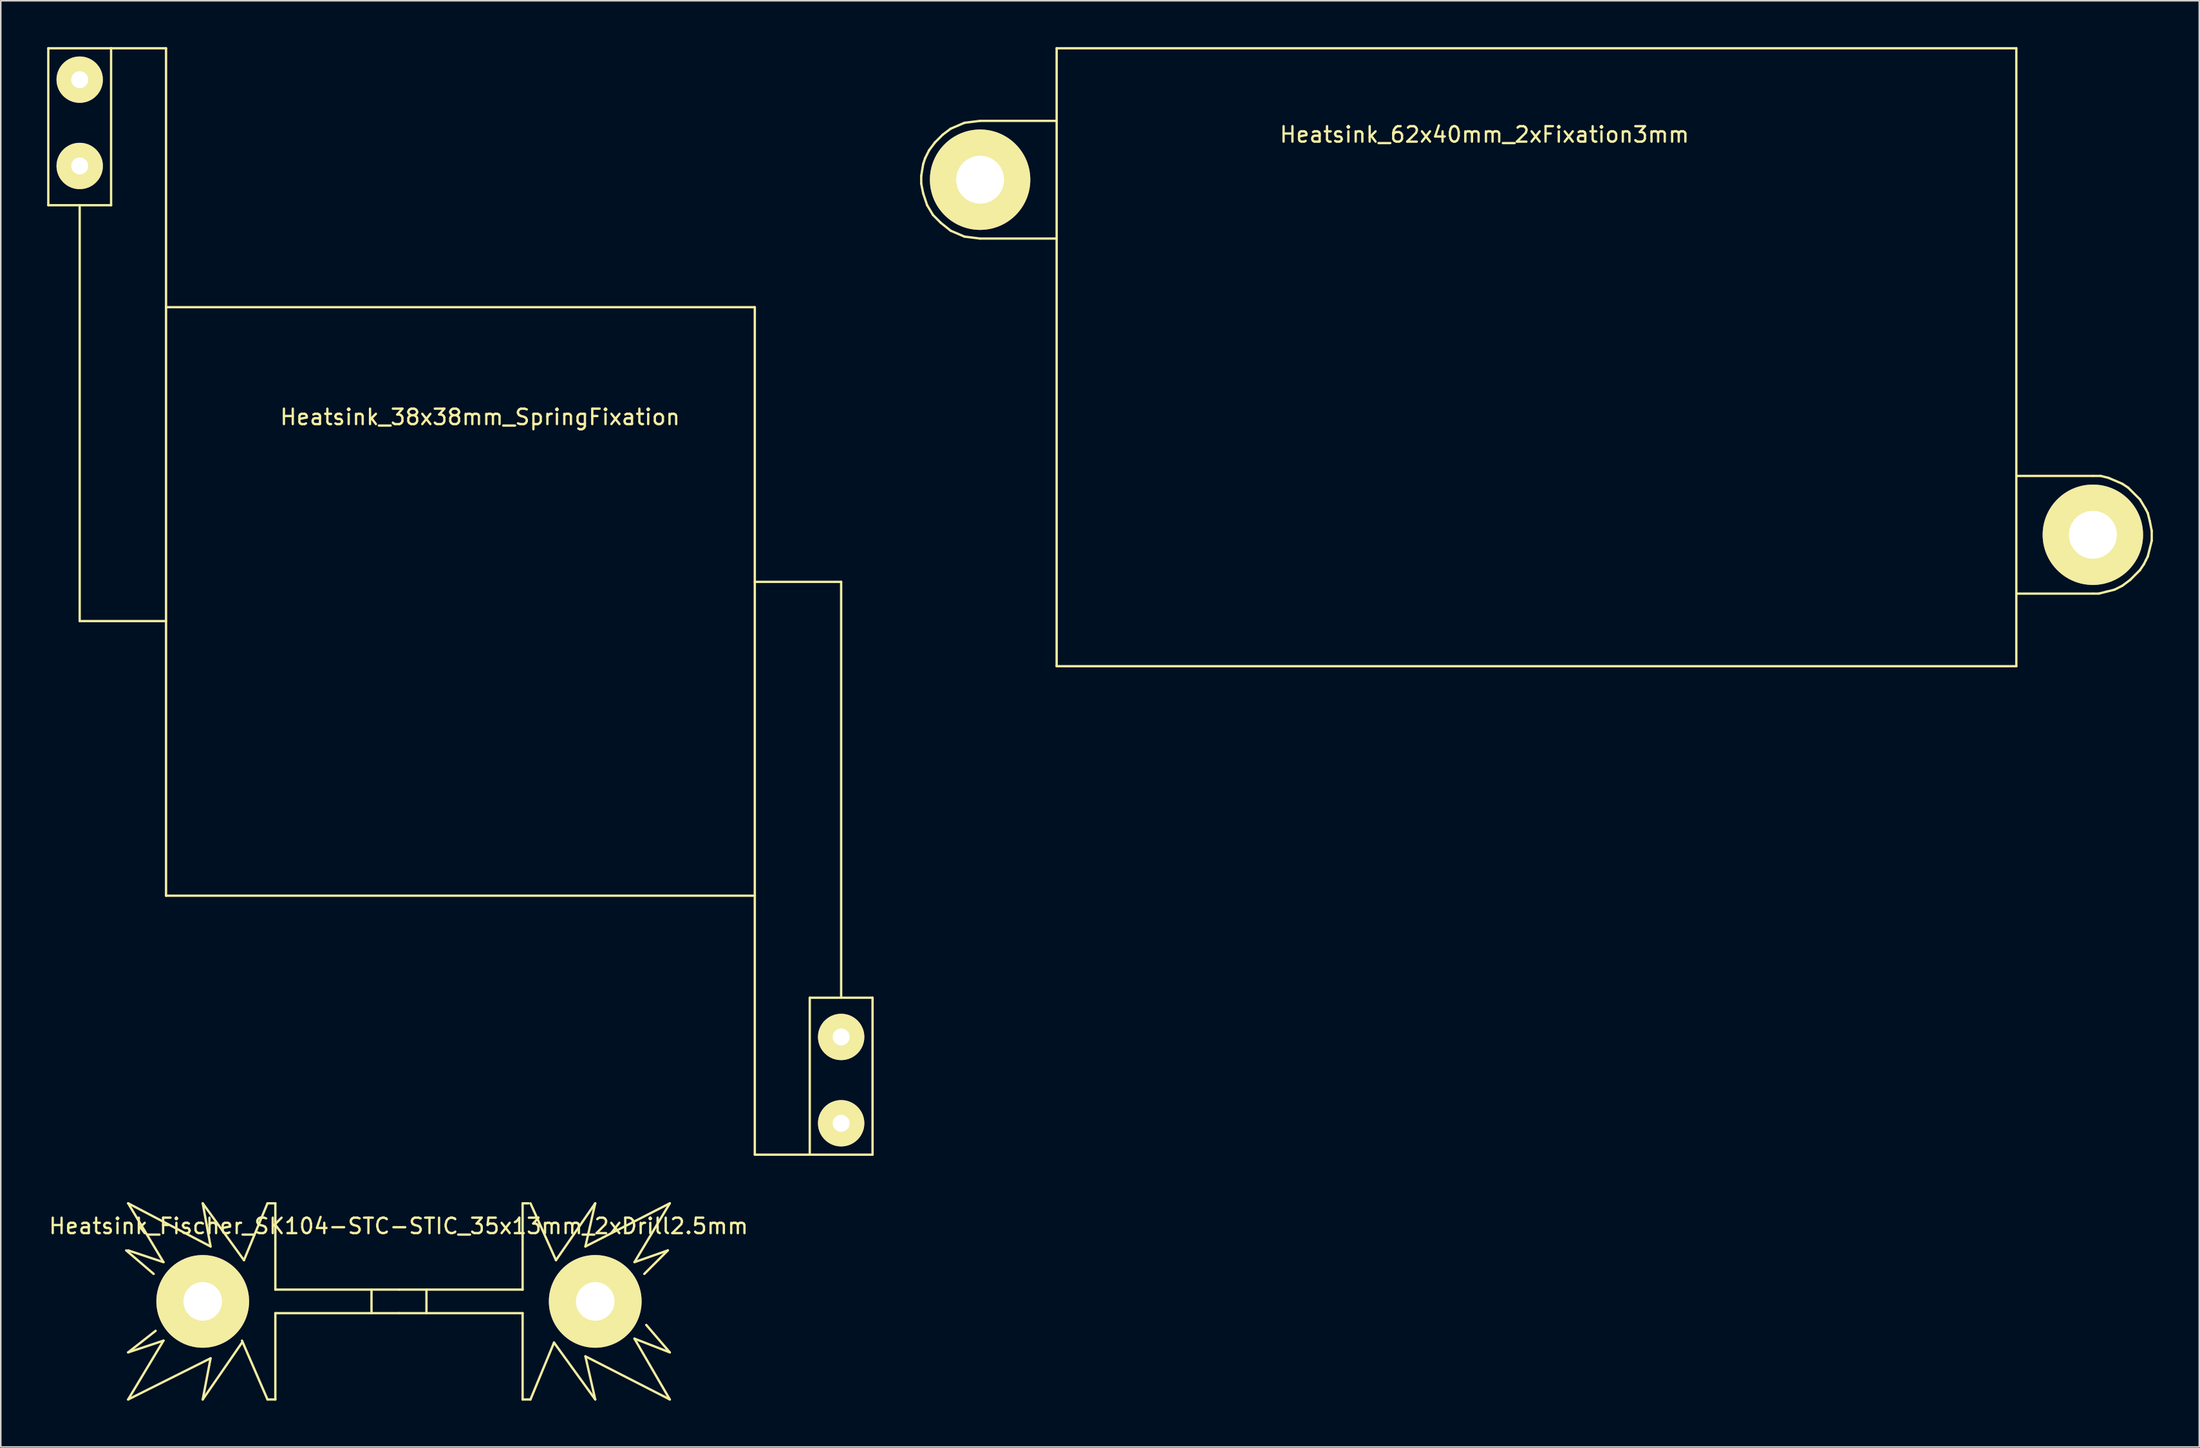
<source format=kicad_pcb>
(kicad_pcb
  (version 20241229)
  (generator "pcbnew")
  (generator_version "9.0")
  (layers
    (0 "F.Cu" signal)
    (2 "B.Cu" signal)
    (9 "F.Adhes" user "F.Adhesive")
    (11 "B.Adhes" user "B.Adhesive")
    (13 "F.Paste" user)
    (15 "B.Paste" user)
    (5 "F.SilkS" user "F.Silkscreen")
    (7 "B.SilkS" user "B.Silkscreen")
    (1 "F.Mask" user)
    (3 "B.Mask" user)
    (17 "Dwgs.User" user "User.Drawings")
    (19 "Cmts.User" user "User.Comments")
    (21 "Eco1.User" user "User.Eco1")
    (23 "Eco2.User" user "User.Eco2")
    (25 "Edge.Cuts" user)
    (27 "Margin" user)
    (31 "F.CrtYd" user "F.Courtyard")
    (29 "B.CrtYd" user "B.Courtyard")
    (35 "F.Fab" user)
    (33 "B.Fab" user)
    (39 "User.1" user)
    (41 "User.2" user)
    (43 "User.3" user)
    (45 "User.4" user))
  (footprint "Heatsink_38x38mm_SpringFixation"
    (layer "F.Cu")
    (at 7.695 54.939)
    (property "Reference" "Heatsink_38x38mm_SpringFixation" (at 20.32 -30.988 0) (layer "F.SilkS") (effects (font (size 1 1) (thickness 0.15))))
    (attr through_hole)
    (fp_line (start -7.62 -54.864) (end -7.62 -44.704) (stroke (width 0.15) (type solid)) (layer "F.SilkS"))
    (fp_line (start -7.62 -44.704) (end -3.556 -44.704) (stroke (width 0.15) (type solid)) (layer "F.SilkS"))
    (fp_line (start -5.588 -17.78) (end -5.588 -44.704) (stroke (width 0.15) (type solid)) (layer "F.SilkS"))
    (fp_line (start -3.556 -54.864) (end -7.62 -54.864) (stroke (width 0.15) (type solid)) (layer "F.SilkS"))
    (fp_line (start -3.556 -54.864) (end 0 -54.864) (stroke (width 0.15) (type solid)) (layer "F.SilkS"))
    (fp_line (start -3.556 -44.704) (end -3.556 -54.864) (stroke (width 0.15) (type solid)) (layer "F.SilkS"))
    (fp_line (start 0 -54.864) (end 0 -38.1) (stroke (width 0.15) (type solid)) (layer "F.SilkS"))
    (fp_line (start 0 -38.1) (end 0 0) (stroke (width 0.15) (type solid)) (layer "F.SilkS"))
    (fp_line (start 0 -17.78) (end -5.588 -17.78) (stroke (width 0.15) (type solid)) (layer "F.SilkS"))
    (fp_line (start 0 0) (end 38.1 0) (stroke (width 0.15) (type solid)) (layer "F.SilkS"))
    (fp_line (start 38.1 -38.1) (end 0 -38.1) (stroke (width 0.15) (type solid)) (layer "F.SilkS"))
    (fp_line (start 38.1 -20.32) (end 43.688 -20.32) (stroke (width 0.15) (type solid)) (layer "F.SilkS"))
    (fp_line (start 38.1 0) (end 38.1 -38.1) (stroke (width 0.15) (type solid)) (layer "F.SilkS"))
    (fp_line (start 38.1 16.764) (end 38.1 0) (stroke (width 0.15) (type solid)) (layer "F.SilkS"))
    (fp_line (start 41.656 6.604) (end 41.656 16.764) (stroke (width 0.15) (type solid)) (layer "F.SilkS"))
    (fp_line (start 41.656 16.764) (end 38.1 16.764) (stroke (width 0.15) (type solid)) (layer "F.SilkS"))
    (fp_line (start 43.688 -20.32) (end 43.688 6.604) (stroke (width 0.15) (type solid)) (layer "F.SilkS"))
    (fp_line (start 45.72 6.604) (end 41.656 6.604) (stroke (width 0.15) (type solid)) (layer "F.SilkS"))
    (fp_line (start 45.72 6.604) (end 45.72 16.764) (stroke (width 0.15) (type solid)) (layer "F.SilkS"))
    (fp_line (start 45.72 16.764) (end 41.656 16.764) (stroke (width 0.15) (type solid)) (layer "F.SilkS"))
    (pad "1" thru_hole circle (at -5.588 -52.832) (size 3 3) (drill 1.1) (layers "*.Cu" "*.Mask" "F.SilkS"))
    (pad "1" thru_hole circle (at -5.588 -47.244) (size 3 3) (drill 1.1) (layers "*.Cu" "*.Mask" "F.SilkS"))
    (pad "1" thru_hole circle (at 43.688 9.144) (size 3 3) (drill 1.1) (layers "*.Cu" "*.Mask" "F.SilkS"))
    (pad "1" thru_hole circle (at 43.688 14.732) (size 3 3) (drill 1.1) (layers "*.Cu" "*.Mask" "F.SilkS")))
  (footprint "Heatsink_Fischer_SK104-STC-STIC_35x13mm_2xDrill2.5mm"
    (layer "F.Cu")
    (at 22.769 81.203)
    (property "Reference" "Heatsink_Fischer_SK104-STC-STIC_35x13mm_2xDrill2.5mm" (at -0.025 -4.875 0) (layer "F.SilkS") (effects (font (size 1 1) (thickness 0.15))))
    (attr through_hole)
    (fp_line (start -17.653 -3.302) (end -15.875 -1.778) (stroke (width 0.15) (type solid)) (layer "F.SilkS"))
    (fp_line (start -17.526 -3.302) (end -15.24 -2.54) (stroke (width 0.15) (type solid)) (layer "F.SilkS"))
    (fp_line (start -17.526 3.302) (end -15.748 1.905) (stroke (width 0.15) (type solid)) (layer "F.SilkS"))
    (fp_line (start -17.526 3.302) (end -15.24 2.54) (stroke (width 0.15) (type solid)) (layer "F.SilkS"))
    (fp_line (start -15.24 -2.54) (end -17.526 -6.35) (stroke (width 0.15) (type solid)) (layer "F.SilkS"))
    (fp_line (start -15.24 2.54) (end -17.526 6.35) (stroke (width 0.15) (type solid)) (layer "F.SilkS"))
    (fp_line (start -12.7 -6.35) (end -12.192 -3.556) (stroke (width 0.15) (type solid)) (layer "F.SilkS"))
    (fp_line (start -12.7 6.35) (end -12.192 3.683) (stroke (width 0.15) (type solid)) (layer "F.SilkS"))
    (fp_line (start -12.192 -3.556) (end -17.526 -6.35) (stroke (width 0.15) (type solid)) (layer "F.SilkS"))
    (fp_line (start -12.192 3.683) (end -17.526 6.35) (stroke (width 0.15) (type solid)) (layer "F.SilkS"))
    (fp_line (start -10.16 2.667) (end -12.7 6.35) (stroke (width 0.15) (type solid)) (layer "F.SilkS"))
    (fp_line (start -10.033 -2.667) (end -12.7 -6.35) (stroke (width 0.15) (type solid)) (layer "F.SilkS"))
    (fp_line (start -8.509 -6.35) (end -10.033 -2.667) (stroke (width 0.15) (type solid)) (layer "F.SilkS"))
    (fp_line (start -8.509 6.35) (end -10.16 2.54) (stroke (width 0.15) (type solid)) (layer "F.SilkS"))
    (fp_line (start -8.509 6.35) (end -8.001 6.35) (stroke (width 0.15) (type solid)) (layer "F.SilkS"))
    (fp_line (start -8.001 -6.35) (end -8.509 -6.35) (stroke (width 0.15) (type solid)) (layer "F.SilkS"))
    (fp_line (start -8.001 -0.762) (end -8.001 -6.35) (stroke (width 0.15) (type solid)) (layer "F.SilkS"))
    (fp_line (start -8.001 0.762) (end -8.001 6.35) (stroke (width 0.15) (type solid)) (layer "F.SilkS"))
    (fp_line (start -1.778 -0.762) (end -1.778 0.762) (stroke (width 0.15) (type solid)) (layer "F.SilkS"))
    (fp_line (start 0 -0.762) (end -8.001 -0.762) (stroke (width 0.15) (type solid)) (layer "F.SilkS"))
    (fp_line (start 0 -0.762) (end 8.001 -0.762) (stroke (width 0.15) (type solid)) (layer "F.SilkS"))
    (fp_line (start 0 0.762) (end -8.001 0.762) (stroke (width 0.15) (type solid)) (layer "F.SilkS"))
    (fp_line (start 0 0.762) (end 8.001 0.762) (stroke (width 0.15) (type solid)) (layer "F.SilkS"))
    (fp_line (start 1.778 -0.762) (end 1.778 0.762) (stroke (width 0.15) (type solid)) (layer "F.SilkS"))
    (fp_line (start 8.001 -6.35) (end 8.382 -6.35) (stroke (width 0.15) (type solid)) (layer "F.SilkS"))
    (fp_line (start 8.001 -0.762) (end 8.001 -6.35) (stroke (width 0.15) (type solid)) (layer "F.SilkS"))
    (fp_line (start 8.001 0.762) (end 8.001 6.35) (stroke (width 0.15) (type solid)) (layer "F.SilkS"))
    (fp_line (start 8.001 6.35) (end 8.509 6.35) (stroke (width 0.15) (type solid)) (layer "F.SilkS"))
    (fp_line (start 8.509 -6.35) (end 10.16 -2.667) (stroke (width 0.15) (type solid)) (layer "F.SilkS"))
    (fp_line (start 8.509 6.35) (end 10.033 2.667) (stroke (width 0.15) (type solid)) (layer "F.SilkS"))
    (fp_line (start 10.033 2.667) (end 12.7 6.35) (stroke (width 0.15) (type solid)) (layer "F.SilkS"))
    (fp_line (start 10.16 -2.667) (end 12.7 -6.35) (stroke (width 0.15) (type solid)) (layer "F.SilkS"))
    (fp_line (start 12.065 -3.556) (end 12.7 -6.35) (stroke (width 0.15) (type solid)) (layer "F.SilkS"))
    (fp_line (start 12.065 3.556) (end 17.526 6.35) (stroke (width 0.15) (type solid)) (layer "F.SilkS"))
    (fp_line (start 12.7 6.35) (end 12.065 3.556) (stroke (width 0.15) (type solid)) (layer "F.SilkS"))
    (fp_line (start 15.24 -2.54) (end 17.399 -3.302) (stroke (width 0.15) (type solid)) (layer "F.SilkS"))
    (fp_line (start 15.24 2.413) (end 17.526 3.302) (stroke (width 0.15) (type solid)) (layer "F.SilkS"))
    (fp_line (start 17.399 -3.302) (end 15.875 -1.778) (stroke (width 0.15) (type solid)) (layer "F.SilkS"))
    (fp_line (start 17.526 -6.35) (end 12.065 -3.556) (stroke (width 0.15) (type solid)) (layer "F.SilkS"))
    (fp_line (start 17.526 -6.35) (end 15.24 -2.54) (stroke (width 0.15) (type solid)) (layer "F.SilkS"))
    (fp_line (start 17.526 3.302) (end 16.002 1.524) (stroke (width 0.15) (type solid)) (layer "F.SilkS"))
    (fp_line (start 17.526 6.35) (end 15.24 2.413) (stroke (width 0.15) (type solid)) (layer "F.SilkS"))
    (pad "1" thru_hole circle (at -12.7 0) (size 5.999 5.999) (drill 2.499) (layers "*.Cu" "*.Mask" "F.SilkS"))
    (pad "1" thru_hole circle (at 12.7 0) (size 5.999 5.999) (drill 2.499) (layers "*.Cu" "*.Mask" "F.SilkS")))
  (footprint "Heatsink_62x40mm_2xFixation3mm"
    (layer "F.Cu")
    (at 65.328 40.08)
    (property "Reference" "Heatsink_62x40mm_2xFixation3mm" (at 27.686 -34.417 0) (layer "F.SilkS") (effects (font (size 1 1) (thickness 0.15))))
    (attr through_hole)
    (fp_line (start -8.763 -31.75) (end -8.763 -31.242) (stroke (width 0.15) (type solid)) (layer "F.SilkS"))
    (fp_line (start -8.763 -31.242) (end -8.636 -30.607) (stroke (width 0.15) (type solid)) (layer "F.SilkS"))
    (fp_line (start -8.636 -32.512) (end -8.763 -31.75) (stroke (width 0.15) (type solid)) (layer "F.SilkS"))
    (fp_line (start -8.636 -30.607) (end -8.382 -29.845) (stroke (width 0.15) (type solid)) (layer "F.SilkS"))
    (fp_line (start -8.509 -32.893) (end -8.636 -32.512) (stroke (width 0.15) (type solid)) (layer "F.SilkS"))
    (fp_line (start -8.382 -29.845) (end -8.001 -29.21) (stroke (width 0.15) (type solid)) (layer "F.SilkS"))
    (fp_line (start -8.255 -33.401) (end -8.509 -32.893) (stroke (width 0.15) (type solid)) (layer "F.SilkS"))
    (fp_line (start -8.001 -29.21) (end -7.493 -28.702) (stroke (width 0.15) (type solid)) (layer "F.SilkS"))
    (fp_line (start -7.874 -33.909) (end -8.255 -33.401) (stroke (width 0.15) (type solid)) (layer "F.SilkS"))
    (fp_line (start -7.493 -28.702) (end -6.858 -28.194) (stroke (width 0.15) (type solid)) (layer "F.SilkS"))
    (fp_line (start -7.366 -34.417) (end -7.874 -33.909) (stroke (width 0.15) (type solid)) (layer "F.SilkS"))
    (fp_line (start -6.858 -34.798) (end -7.366 -34.417) (stroke (width 0.15) (type solid)) (layer "F.SilkS"))
    (fp_line (start -6.858 -28.194) (end -5.969 -27.813) (stroke (width 0.15) (type solid)) (layer "F.SilkS"))
    (fp_line (start -5.969 -35.179) (end -6.858 -34.798) (stroke (width 0.15) (type solid)) (layer "F.SilkS"))
    (fp_line (start -5.969 -27.813) (end -4.953 -27.686) (stroke (width 0.15) (type solid)) (layer "F.SilkS"))
    (fp_line (start -4.953 -35.306) (end -5.969 -35.179) (stroke (width 0.15) (type solid)) (layer "F.SilkS"))
    (fp_line (start -4.953 -35.306) (end 0 -35.306) (stroke (width 0.15) (type solid)) (layer "F.SilkS"))
    (fp_line (start 0 -40.005) (end 0 0) (stroke (width 0.15) (type solid)) (layer "F.SilkS"))
    (fp_line (start 0 -27.686) (end -4.953 -27.686) (stroke (width 0.15) (type solid)) (layer "F.SilkS"))
    (fp_line (start 0 0) (end 62.103 0) (stroke (width 0.15) (type solid)) (layer "F.SilkS"))
    (fp_line (start 62.103 -40.005) (end 0 -40.005) (stroke (width 0.15) (type solid)) (layer "F.SilkS"))
    (fp_line (start 62.103 0) (end 62.103 -40.005) (stroke (width 0.15) (type solid)) (layer "F.SilkS"))
    (fp_line (start 67.056 -12.319) (end 62.103 -12.319) (stroke (width 0.15) (type solid)) (layer "F.SilkS"))
    (fp_line (start 67.056 -12.319) (end 67.564 -12.319) (stroke (width 0.15) (type solid)) (layer "F.SilkS"))
    (fp_line (start 67.056 -4.699) (end 62.103 -4.699) (stroke (width 0.15) (type solid)) (layer "F.SilkS"))
    (fp_line (start 67.437 -4.699) (end 67.056 -4.699) (stroke (width 0.15) (type solid)) (layer "F.SilkS"))
    (fp_line (start 67.564 -12.319) (end 68.072 -12.192) (stroke (width 0.15) (type solid)) (layer "F.SilkS"))
    (fp_line (start 67.945 -4.826) (end 67.437 -4.699) (stroke (width 0.15) (type solid)) (layer "F.SilkS"))
    (fp_line (start 68.072 -12.192) (end 68.961 -11.811) (stroke (width 0.15) (type solid)) (layer "F.SilkS"))
    (fp_line (start 68.453 -4.953) (end 67.945 -4.826) (stroke (width 0.15) (type solid)) (layer "F.SilkS"))
    (fp_line (start 68.961 -11.811) (end 69.342 -11.557) (stroke (width 0.15) (type solid)) (layer "F.SilkS"))
    (fp_line (start 68.961 -5.207) (end 68.453 -4.953) (stroke (width 0.15) (type solid)) (layer "F.SilkS"))
    (fp_line (start 69.342 -11.557) (end 70.104 -10.795) (stroke (width 0.15) (type solid)) (layer "F.SilkS"))
    (fp_line (start 69.469 -5.588) (end 68.961 -5.207) (stroke (width 0.15) (type solid)) (layer "F.SilkS"))
    (fp_line (start 70.104 -10.795) (end 70.485 -10.16) (stroke (width 0.15) (type solid)) (layer "F.SilkS"))
    (fp_line (start 70.104 -6.223) (end 69.469 -5.588) (stroke (width 0.15) (type solid)) (layer "F.SilkS"))
    (fp_line (start 70.358 -6.604) (end 70.104 -6.223) (stroke (width 0.15) (type solid)) (layer "F.SilkS"))
    (fp_line (start 70.485 -10.16) (end 70.612 -9.906) (stroke (width 0.15) (type solid)) (layer "F.SilkS"))
    (fp_line (start 70.485 -6.858) (end 70.358 -6.604) (stroke (width 0.15) (type solid)) (layer "F.SilkS"))
    (fp_line (start 70.612 -9.906) (end 70.739 -9.398) (stroke (width 0.15) (type solid)) (layer "F.SilkS"))
    (fp_line (start 70.612 -7.112) (end 70.485 -6.858) (stroke (width 0.15) (type solid)) (layer "F.SilkS"))
    (fp_line (start 70.739 -9.398) (end 70.866 -8.763) (stroke (width 0.15) (type solid)) (layer "F.SilkS"))
    (fp_line (start 70.866 -8.763) (end 70.866 -8.128) (stroke (width 0.15) (type solid)) (layer "F.SilkS"))
    (fp_line (start 70.866 -8.128) (end 70.612 -7.112) (stroke (width 0.15) (type solid)) (layer "F.SilkS"))
    (pad "1" thru_hole circle (at -4.953 -31.496) (size 6.497 6.497) (drill 3.099) (layers "*.Cu" "*.Mask" "F.SilkS"))
    (pad "1" thru_hole circle (at 67.056 -8.509) (size 6.497 6.497) (drill 3.099) (layers "*.Cu" "*.Mask" "F.SilkS")))
  (gr_rect
    (start -3 -3)
    (end 139.269 90.628)
    (stroke (width 0.1) (type default))
    (fill no)
    (layer "Edge.Cuts")))
</source>
